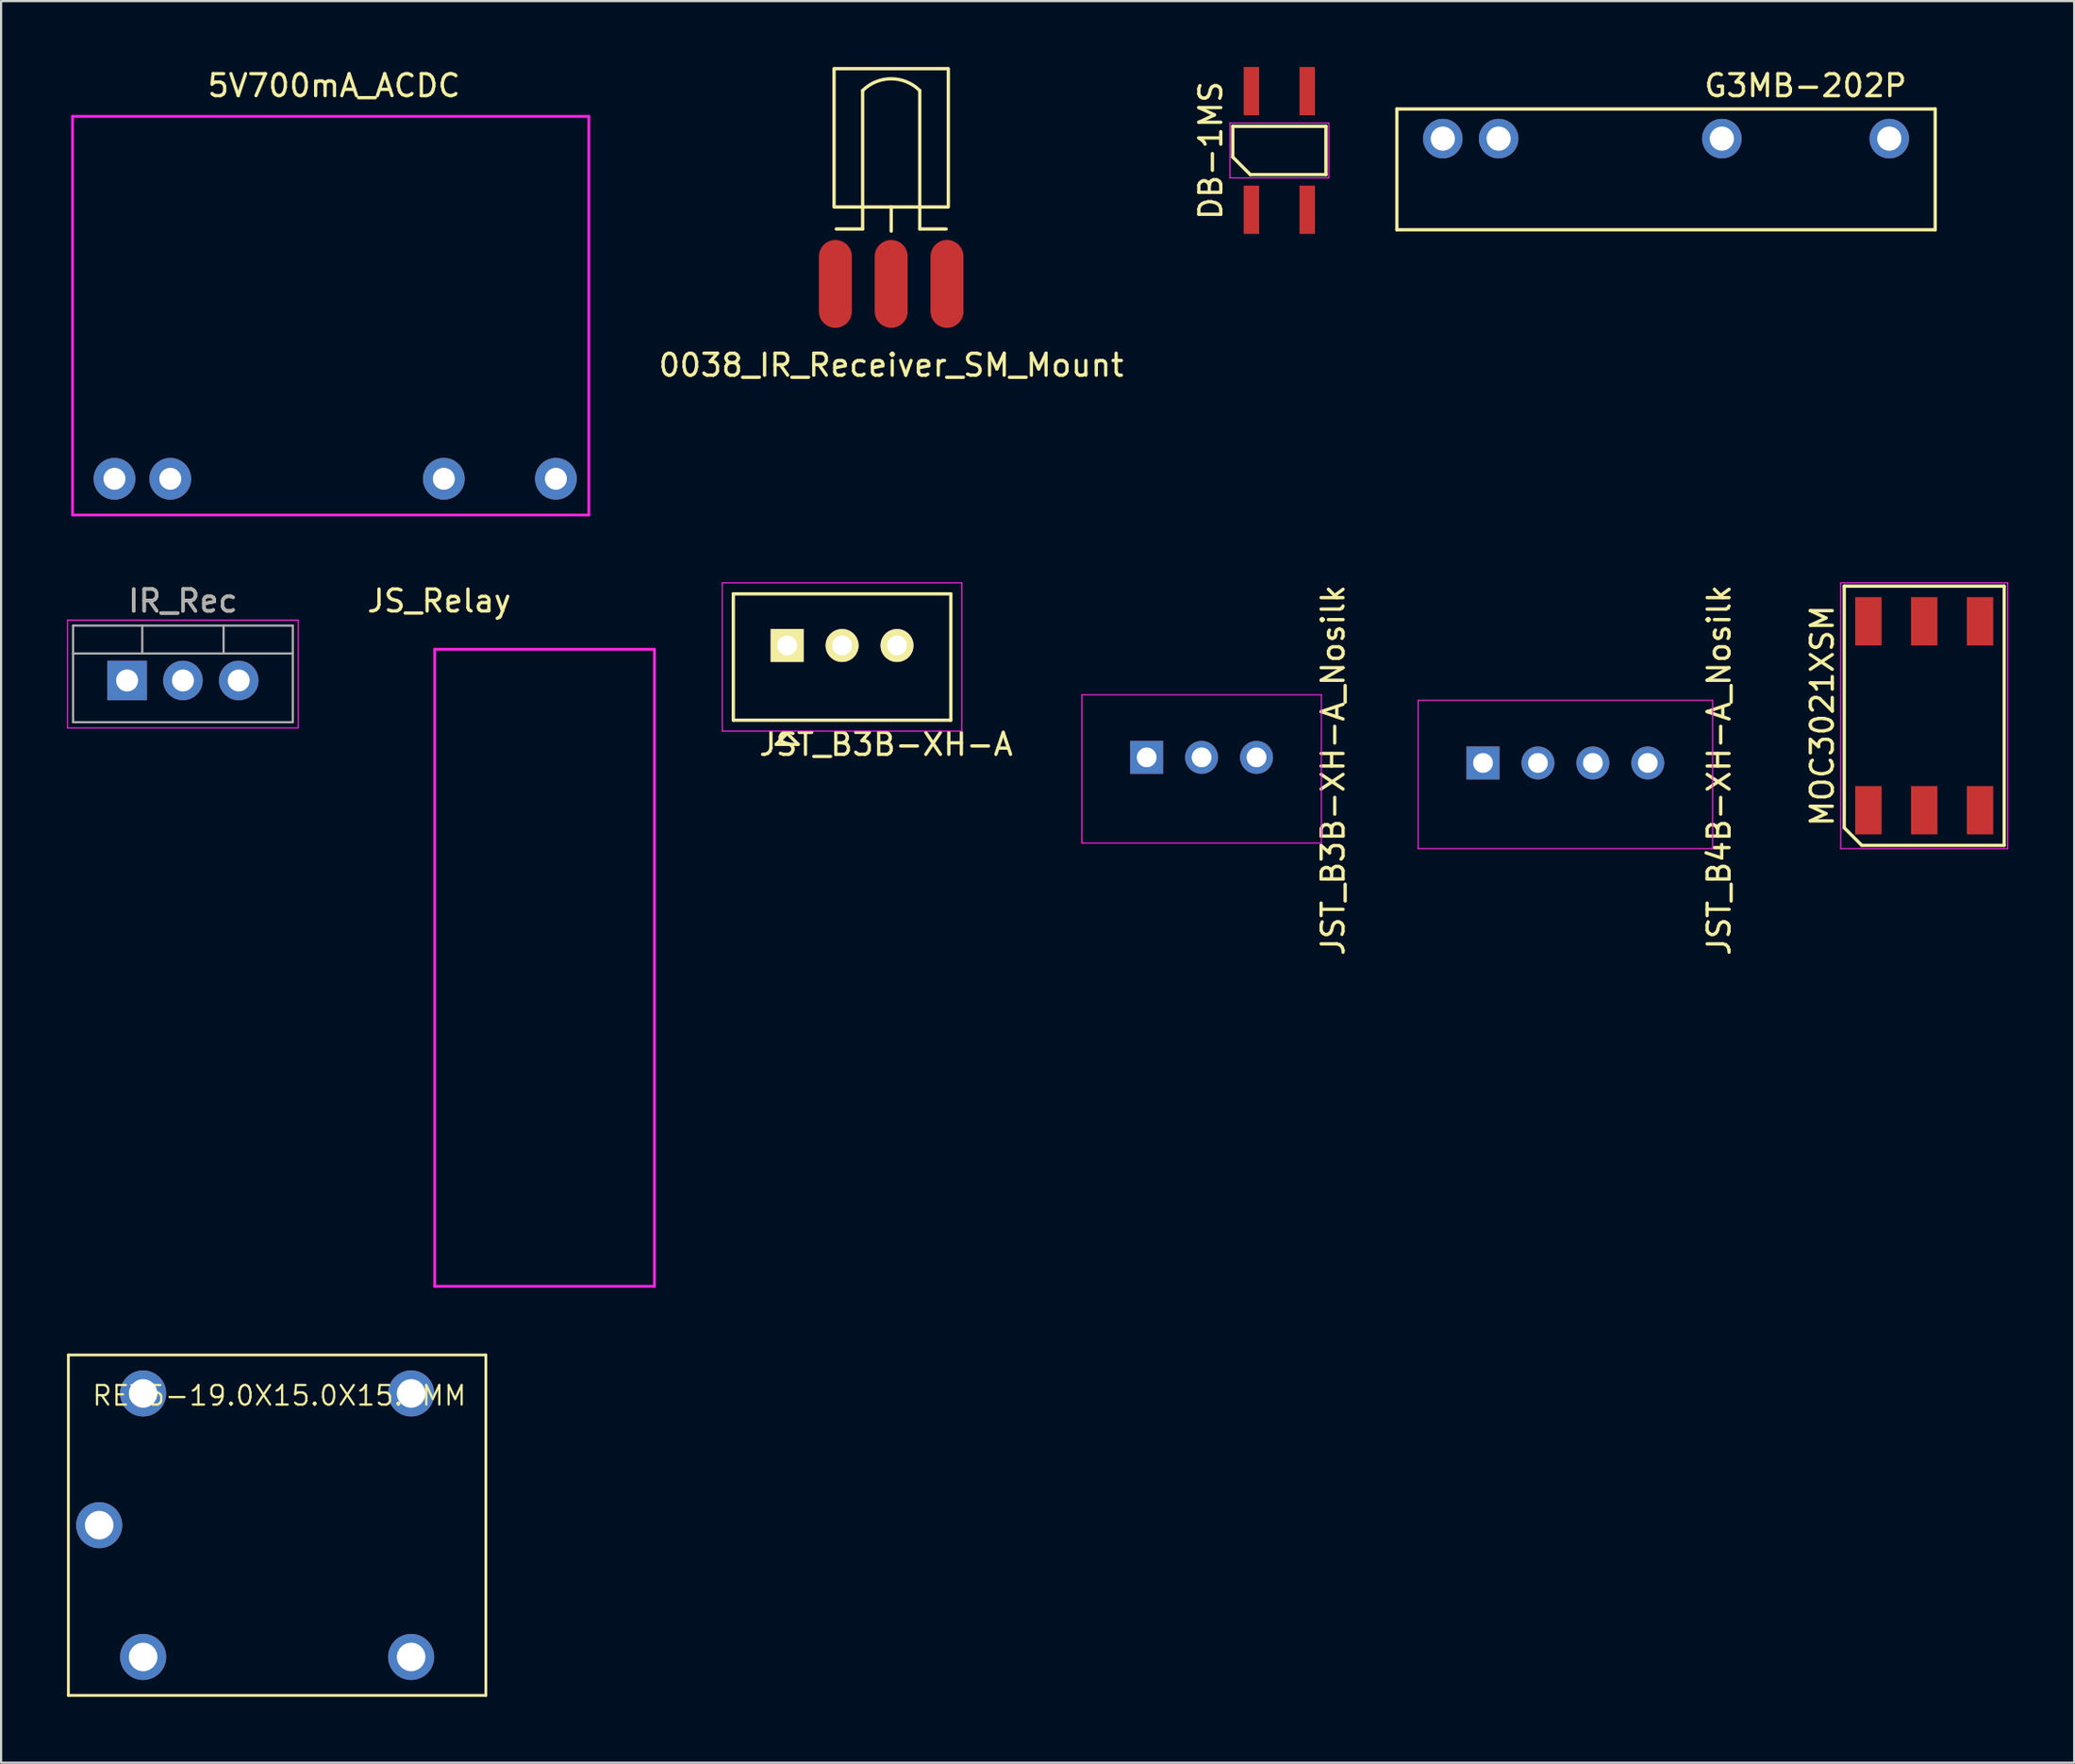
<source format=kicad_pcb>
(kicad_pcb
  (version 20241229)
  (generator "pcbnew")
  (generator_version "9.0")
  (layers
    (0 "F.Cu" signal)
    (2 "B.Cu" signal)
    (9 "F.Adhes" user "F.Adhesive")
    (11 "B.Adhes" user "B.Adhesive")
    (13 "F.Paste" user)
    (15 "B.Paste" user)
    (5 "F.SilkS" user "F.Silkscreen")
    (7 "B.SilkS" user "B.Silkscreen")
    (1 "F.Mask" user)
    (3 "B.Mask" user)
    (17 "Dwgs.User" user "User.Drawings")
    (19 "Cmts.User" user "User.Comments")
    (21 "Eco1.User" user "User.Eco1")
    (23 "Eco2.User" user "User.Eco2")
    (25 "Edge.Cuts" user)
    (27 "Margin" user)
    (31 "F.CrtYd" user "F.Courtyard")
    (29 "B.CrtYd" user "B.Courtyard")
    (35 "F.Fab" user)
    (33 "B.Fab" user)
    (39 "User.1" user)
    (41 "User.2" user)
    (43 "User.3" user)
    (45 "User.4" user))
  (footprint "JST_B4B-XH-A_Nosilk"
    (layer "F.Cu")
    (at 64.444 31.685)
    (property "Reference" "JST_B4B-XH-A_Nosilk" (at 10.744 0.33 90) (layer "F.SilkS") (effects (font (size 1 1) (thickness 0.15))))
    (attr through_hole)
    (fp_line (start -2.95 -2.85) (end -2.95 3.9) (stroke (width 0.05) (type solid)) (layer "F.CrtYd"))
    (fp_line (start -2.95 -2.85) (end 10.45 -2.85) (stroke (width 0.05) (type solid)) (layer "F.CrtYd"))
    (fp_line (start -2.95 3.9) (end 10.45 3.9) (stroke (width 0.05) (type solid)) (layer "F.CrtYd"))
    (fp_line (start 10.45 -2.85) (end 10.45 3.9) (stroke (width 0.05) (type solid)) (layer "F.CrtYd"))
    (pad "1" thru_hole rect (at 0 0) (size 1.5 1.5) (drill 0.9) (layers "*.Cu" "*.Mask"))
    (pad "2" thru_hole circle (at 2.5 0) (size 1.5 1.5) (drill 0.9) (layers "*.Cu" "*.Mask"))
    (pad "3" thru_hole circle (at 5 0) (size 1.5 1.5) (drill 0.9) (layers "*.Cu" "*.Mask"))
    (pad "4" thru_hole circle (at 7.5 0) (size 1.5 1.5) (drill 0.9) (layers "*.Cu" "*.Mask")))
  (footprint "G3MB-202P"
    (layer "F.Cu")
    (at 72.775 3.261)
    (property "Reference" "G3MB-202P" (at 6.35 -2.413 180) (layer "F.SilkS") (effects (font (size 1 1) (thickness 0.15))))
    (attr through_hole)
    (fp_line (start -12.25 -1.35) (end -12.25 4.15) (stroke (width 0.15) (type solid)) (layer "F.SilkS"))
    (fp_line (start 12.25 -1.35) (end -12.25 -1.35) (stroke (width 0.15) (type solid)) (layer "F.SilkS"))
    (fp_line (start 12.25 -1.35) (end 12.25 4.15) (stroke (width 0.15) (type solid)) (layer "F.SilkS"))
    (fp_line (start 12.25 4.15) (end -12.25 4.15) (stroke (width 0.15) (type solid)) (layer "F.SilkS"))
    (pad "1" thru_hole circle (at 10.16 0) (size 1.8 1.8) (drill 1.1) (layers "*.Cu" "*.Mask"))
    (pad "2" thru_hole circle (at 2.54 0) (size 1.8 1.8) (drill 1.1) (layers "*.Cu" "*.Mask"))
    (pad "3" thru_hole circle (at -7.62 0) (size 1.8 1.8) (drill 1.1) (layers "*.Cu" "*.Mask"))
    (pad "4" thru_hole circle (at -10.16 0) (size 1.8 1.8) (drill 1.1) (layers "*.Cu" "*.Mask")))
  (footprint "0038_IR_Receiver_SM_Mount"
    (layer "F.Cu")
    (at 37.51 9.875)
    (property "Reference" "0038_IR_Receiver_SM_Mount" (at 0 3.7 0) (layer "F.SilkS") (effects (font (size 1 1) (thickness 0.15))))
    (attr through_hole)
    (fp_line (start -2.6 -9.8) (end -2.6 -3.5) (stroke (width 0.15) (type solid)) (layer "F.SilkS"))
    (fp_line (start -2.55 -9.8) (end 2.55 -9.8) (stroke (width 0.15) (type solid)) (layer "F.SilkS"))
    (fp_line (start -2.55 -3.5) (end 2.55 -3.5) (stroke (width 0.15) (type solid)) (layer "F.SilkS"))
    (fp_line (start -1.3 -8.8) (end -1.3 -3.5) (stroke (width 0.15) (type solid)) (layer "F.SilkS"))
    (fp_line (start -1.3 -3.5) (end -1.3 -2.5) (stroke (width 0.15) (type solid)) (layer "F.SilkS"))
    (fp_line (start -1.3 -2.5) (end -2.5 -2.5) (stroke (width 0.15) (type solid)) (layer "F.SilkS"))
    (fp_line (start 0 -3.5) (end 0 -2.4) (stroke (width 0.15) (type solid)) (layer "F.SilkS"))
    (fp_line (start 1.3 -8.8) (end 1.3 -3.5) (stroke (width 0.15) (type solid)) (layer "F.SilkS"))
    (fp_line (start 1.3 -3.5) (end 1.3 -2.5) (stroke (width 0.15) (type solid)) (layer "F.SilkS"))
    (fp_line (start 1.3 -2.5) (end 2.5 -2.5) (stroke (width 0.15) (type solid)) (layer "F.SilkS"))
    (fp_line (start 2.6 -9.8) (end 2.6 -3.5) (stroke (width 0.15) (type solid)) (layer "F.SilkS"))
    (fp_arc (start -1.3 -8.8) (mid 0 -9.338478) (end 1.3 -8.8) (stroke (width 0.15) (type solid)) (layer "F.SilkS"))
    (pad "1" smd oval (at -2.54 0) (size 1.5 4) (layers "F.Cu" "F.Mask" "F.Paste"))
    (pad "2" smd oval (at 0 0) (size 1.5 4) (layers "F.Cu" "F.Mask" "F.Paste"))
    (pad "3" smd oval (at 2.54 0) (size 1.5 4) (layers "F.Cu" "F.Mask" "F.Paste")))
  (footprint "MOC3021XSM"
    (layer "F.Cu")
    (at 84.525 29.537)
    (property "Reference" "MOC3021XSM" (at -4.64 0 90) (layer "F.SilkS") (effects (font (size 1 1) (thickness 0.15))))
    (attr smd)
    (fp_line (start -3.64 -5.9) (end 3.64 -5.9) (stroke (width 0.15) (type solid)) (layer "F.SilkS"))
    (fp_line (start -3.64 5.1) (end -3.64 -5.9) (stroke (width 0.15) (type solid)) (layer "F.SilkS"))
    (fp_line (start -2.84 5.9) (end -3.64 5.1) (stroke (width 0.15) (type solid)) (layer "F.SilkS"))
    (fp_line (start 3.64 -5.9) (end 3.64 5.9) (stroke (width 0.15) (type solid)) (layer "F.SilkS"))
    (fp_line (start 3.64 5.9) (end -2.84 5.9) (stroke (width 0.15) (type solid)) (layer "F.SilkS"))
    (fp_line (start -3.8 -6.05) (end 3.8 -6.05) (stroke (width 0.05) (type solid)) (layer "F.CrtYd"))
    (fp_line (start -3.8 6.05) (end -3.8 -6.05) (stroke (width 0.05) (type solid)) (layer "F.CrtYd"))
    (fp_line (start 3.8 -6.05) (end 3.8 6.05) (stroke (width 0.05) (type solid)) (layer "F.CrtYd"))
    (fp_line (start 3.8 6.05) (end -3.8 6.05) (stroke (width 0.05) (type solid)) (layer "F.CrtYd"))
    (pad "1" smd rect (at -2.54 4.3) (size 1.2 2.2) (layers "F.Cu" "F.Mask" "F.Paste"))
    (pad "2" smd rect (at 0 4.3) (size 1.2 2.2) (layers "F.Cu" "F.Mask" "F.Paste"))
    (pad "3" smd rect (at 2.54 4.3) (size 1.2 2.2) (layers "F.Cu" "F.Mask" "F.Paste"))
    (pad "4" smd rect (at 2.54 -4.3) (size 1.2 2.2) (layers "F.Cu" "F.Mask" "F.Paste"))
    (pad "5" smd rect (at 0 -4.3) (size 1.2 2.2) (layers "F.Cu" "F.Mask" "F.Paste"))
    (pad "6" smd rect (at -2.54 -4.3) (size 1.2 2.2) (layers "F.Cu" "F.Mask" "F.Paste")))
  (footprint "5V700mA_ACDC"
    (layer "F.Cu")
    (at 0.25 2.248)
    (property "Reference" "5V700mA_ACDC" (at 11.9 -1.4 0) (layer "F.SilkS") (effects (font (size 1 1) (thickness 0.15))))
    (attr through_hole)
    (fp_line (start 0 0) (end 0 18.15) (stroke (width 0.127) (type solid)) (layer "F.CrtYd"))
    (fp_line (start 0 0) (end 23.5 0) (stroke (width 0.127) (type solid)) (layer "F.CrtYd"))
    (fp_line (start 0 18.15) (end 23.5 18.15) (stroke (width 0.127) (type solid)) (layer "F.CrtYd"))
    (fp_line (start 23.5 0) (end 23.5 18.15) (stroke (width 0.127) (type solid)) (layer "F.CrtYd"))
    (pad "1" thru_hole circle (at 16.9 16.5) (size 1.9 1.9) (drill 1) (layers "*.Cu" "*.Mask"))
    (pad "5" thru_hole circle (at 22 16.5) (size 1.9 1.9) (drill 1) (layers "*.Cu" "*.Mask"))
    (pad "7" thru_hole circle (at 4.45 16.5) (size 1.9 1.9) (drill 1) (layers "*.Cu" "*.Mask"))
    (pad "9" thru_hole circle (at 1.91 16.5) (size 1.9 1.9) (drill 1) (layers "*.Cu" "*.Mask")))
  (footprint "REY5-19.0X15.0X15.0MM"
    (layer "F.Cu")
    (at 9.563 66.387)
    (property "Reference" "REY5-19.0X15.0X15.0MM" (at 0.1 -5.9 0) (layer "F.SilkS") (effects (font (size 0.889 0.889) (thickness 0.102))))
    (attr exclude_from_pos_files exclude_from_bom)
    (fp_line (start -9.5 -7.75) (end -9.5 7.75) (stroke (width 0.127) (type solid)) (layer "F.SilkS"))
    (fp_line (start -9.5 -7.75) (end 9.5 -7.75) (stroke (width 0.066) (type solid)) (layer "F.SilkS"))
    (fp_line (start -9.5 7.75) (end -9.5 -7.75) (stroke (width 0.066) (type solid)) (layer "F.SilkS"))
    (fp_line (start -9.5 7.75) (end 9.5 7.75) (stroke (width 0.066) (type solid)) (layer "F.SilkS"))
    (fp_line (start -9.5 7.75) (end 9.5 7.75) (stroke (width 0.127) (type solid)) (layer "F.SilkS"))
    (fp_line (start 9.5 -7.75) (end -9.5 -7.75) (stroke (width 0.127) (type solid)) (layer "F.SilkS"))
    (fp_line (start 9.5 7.75) (end 9.5 -7.75) (stroke (width 0.066) (type solid)) (layer "F.SilkS"))
    (fp_line (start 9.5 7.75) (end 9.5 -7.75) (stroke (width 0.127) (type solid)) (layer "F.SilkS"))
    (pad "1" thru_hole circle (at -6.099 -5.999) (size 2.098 2.098) (drill 1.298) (layers "*.Cu" "*.Paste" "*.Mask"))
    (pad "2" thru_hole circle (at -6.099 5.999) (size 2.098 2.098) (drill 1.298) (layers "*.Cu" "*.Paste" "*.Mask"))
    (pad "3" thru_hole circle (at -8.098 0) (size 2.098 2.098) (drill 1.298) (layers "*.Cu" "*.Paste" "*.Mask"))
    (pad "4" thru_hole circle (at 6.099 5.999) (size 2.098 2.098) (drill 1.298) (layers "*.Cu" "*.Paste" "*.Mask"))
    (pad "5" thru_hole circle (at 6.099 -5.999) (size 2.098 2.098) (drill 1.298) (layers "*.Cu" "*.Paste" "*.Mask")))
  (footprint "JS_Relay"
    (layer "F.Cu")
    (at 16.737 26.51)
    (property "Reference" "JS_Relay" (at 0.2 -2.2 0) (layer "F.SilkS") (effects (font (size 1 1) (thickness 0.15))))
    (attr through_hole)
    (fp_line (start 0 0) (end 0 29) (stroke (width 0.127) (type solid)) (layer "F.CrtYd"))
    (fp_line (start 0 0) (end 10 0) (stroke (width 0.127) (type solid)) (layer "F.CrtYd"))
    (fp_line (start 0 29) (end 10 29) (stroke (width 0.127) (type solid)) (layer "F.CrtYd"))
    (fp_line (start 10 0) (end 10 29) (stroke (width 0.127) (type solid)) (layer "F.CrtYd")))
  (footprint "JST_B3B-XH-A_Nosilk"
    (layer "F.Cu")
    (at 49.137 31.431)
    (property "Reference" "JST_B3B-XH-A_Nosilk" (at 8.484 0.584 90) (layer "F.SilkS") (effects (font (size 1 1) (thickness 0.15))))
    (attr through_hole)
    (fp_line (start -2.95 -2.85) (end -2.95 3.9) (stroke (width 0.05) (type solid)) (layer "F.CrtYd"))
    (fp_line (start -2.95 -2.85) (end 7.95 -2.85) (stroke (width 0.05) (type solid)) (layer "F.CrtYd"))
    (fp_line (start -2.95 3.9) (end 7.95 3.9) (stroke (width 0.05) (type solid)) (layer "F.CrtYd"))
    (fp_line (start 7.95 -2.85) (end 7.95 3.9) (stroke (width 0.05) (type solid)) (layer "F.CrtYd"))
    (pad "1" thru_hole rect (at 0 0) (size 1.5 1.5) (drill 0.9) (layers "*.Cu" "*.Mask"))
    (pad "2" thru_hole circle (at 2.5 0) (size 1.5 1.5) (drill 0.9) (layers "*.Cu" "*.Mask"))
    (pad "3" thru_hole circle (at 5 0) (size 1.5 1.5) (drill 0.9) (layers "*.Cu" "*.Mask")))
  (footprint "JST_B3B-XH-A"
    (layer "F.Cu")
    (at 32.775 26.337)
    (property "Reference" "JST_B3B-XH-A" (at 4.5 4.5 0) (layer "F.SilkS") (effects (font (size 1 1) (thickness 0.15))))
    (attr through_hole)
    (fp_line (start -2.45 -2.35) (end -2.45 3.4) (stroke (width 0.15) (type solid)) (layer "F.SilkS"))
    (fp_line (start -2.45 -2.35) (end 7.45 -2.35) (stroke (width 0.15) (type solid)) (layer "F.SilkS"))
    (fp_line (start -2.45 3.4) (end 7.45 3.4) (stroke (width 0.15) (type solid)) (layer "F.SilkS"))
    (fp_line (start -0.5 4.5) (end 0.5 4.5) (stroke (width 0.15) (type solid)) (layer "F.SilkS"))
    (fp_line (start 0 4) (end -0.5 4.5) (stroke (width 0.15) (type solid)) (layer "F.SilkS"))
    (fp_line (start 0 4) (end 0.5 4.5) (stroke (width 0.15) (type solid)) (layer "F.SilkS"))
    (fp_line (start 7.45 -2.35) (end 7.45 3.4) (stroke (width 0.15) (type solid)) (layer "F.SilkS"))
    (fp_line (start -2.95 -2.85) (end -2.95 3.9) (stroke (width 0.05) (type solid)) (layer "F.CrtYd"))
    (fp_line (start -2.95 -2.85) (end 7.95 -2.85) (stroke (width 0.05) (type solid)) (layer "F.CrtYd"))
    (fp_line (start -2.95 3.9) (end 7.95 3.9) (stroke (width 0.05) (type solid)) (layer "F.CrtYd"))
    (fp_line (start 7.95 -2.85) (end 7.95 3.9) (stroke (width 0.05) (type solid)) (layer "F.CrtYd"))
    (pad "1" thru_hole rect (at 0 0) (size 1.5 1.5) (drill 0.9) (layers "*.Cu" "*.Mask" "F.SilkS"))
    (pad "2" thru_hole circle (at 2.5 0) (size 1.5 1.5) (drill 0.9) (layers "*.Cu" "*.Mask" "F.SilkS"))
    (pad "3" thru_hole circle (at 5 0) (size 1.5 1.5) (drill 0.9) (layers "*.Cu" "*.Mask" "F.SilkS")))
  (footprint "IR_Rec"
    (layer "F.Cu")
    (at 2.735 27.93)
    (property "Reference" "IR_Rec" (at 2.54 -3.62 0) (layer "F.SilkS") (effects (font (size 1 1) (thickness 0.15))))
    (attr through_hole)
    (fp_line (start -2.71 -2.75) (end -2.71 2.16) (stroke (width 0.05) (type solid)) (layer "F.CrtYd"))
    (fp_line (start -2.71 2.16) (end 7.79 2.16) (stroke (width 0.05) (type solid)) (layer "F.CrtYd"))
    (fp_line (start 7.79 -2.75) (end -2.71 -2.75) (stroke (width 0.05) (type solid)) (layer "F.CrtYd"))
    (fp_line (start 7.79 2.16) (end 7.79 -2.75) (stroke (width 0.05) (type solid)) (layer "F.CrtYd"))
    (fp_line (start -2.46 -2.5) (end -2.46 1.9) (stroke (width 0.1) (type solid)) (layer "F.Fab"))
    (fp_line (start -2.46 -1.23) (end 7.54 -1.23) (stroke (width 0.1) (type solid)) (layer "F.Fab"))
    (fp_line (start -2.46 1.9) (end 7.54 1.9) (stroke (width 0.1) (type solid)) (layer "F.Fab"))
    (fp_line (start 0.69 -2.5) (end 0.69 -1.23) (stroke (width 0.1) (type solid)) (layer "F.Fab"))
    (fp_line (start 4.39 -2.5) (end 4.39 -1.23) (stroke (width 0.1) (type solid)) (layer "F.Fab"))
    (fp_line (start 7.54 -2.5) (end -2.46 -2.5) (stroke (width 0.1) (type solid)) (layer "F.Fab"))
    (fp_line (start 7.54 1.9) (end 7.54 -2.5) (stroke (width 0.1) (type solid)) (layer "F.Fab"))
    (fp_text user "${REFERENCE}" (at 2.54 -3.62 0) (layer "F.Fab") (effects (font (size 1 1) (thickness 0.15))))
    (pad "1" thru_hole rect (at 0 0) (size 1.8 1.8) (drill 1) (layers "*.Cu" "*.Mask"))
    (pad "2" thru_hole oval (at 2.54 0) (size 1.8 1.8) (drill 1) (layers "*.Cu" "*.Mask"))
    (pad "3" thru_hole oval (at 5.08 0) (size 1.8 1.8) (drill 1) (layers "*.Cu" "*.Mask")))
  (footprint "DB-1MS"
    (layer "F.Cu")
    (at 55.175 3.8)
    (property "Reference" "DB-1MS" (at -3.12 0 90) (layer "F.SilkS") (effects (font (size 1 1) (thickness 0.15))))
    (attr smd)
    (fp_line (start -2.12 -1.1) (end 2.12 -1.1) (stroke (width 0.15) (type solid)) (layer "F.SilkS"))
    (fp_line (start -2.12 0.3) (end -2.12 -1.1) (stroke (width 0.15) (type solid)) (layer "F.SilkS"))
    (fp_line (start -1.32 1.1) (end -2.12 0.3) (stroke (width 0.15) (type solid)) (layer "F.SilkS"))
    (fp_line (start 2.12 -1.1) (end 2.12 1.1) (stroke (width 0.15) (type solid)) (layer "F.SilkS"))
    (fp_line (start 2.12 1.1) (end -1.32 1.1) (stroke (width 0.15) (type solid)) (layer "F.SilkS"))
    (fp_line (start -2.25 -1.25) (end 2.25 -1.25) (stroke (width 0.05) (type solid)) (layer "F.CrtYd"))
    (fp_line (start -2.25 1.25) (end -2.25 -1.25) (stroke (width 0.05) (type solid)) (layer "F.CrtYd"))
    (fp_line (start 2.25 -1.25) (end 2.25 1.25) (stroke (width 0.05) (type solid)) (layer "F.CrtYd"))
    (fp_line (start 2.25 1.25) (end -2.25 1.25) (stroke (width 0.05) (type solid)) (layer "F.CrtYd"))
    (pad "1" smd rect (at -1.27 2.7) (size 0.7 2.2) (layers "F.Cu" "F.Mask" "F.Paste"))
    (pad "2" smd rect (at 1.27 2.7) (size 0.7 2.2) (layers "F.Cu" "F.Mask" "F.Paste"))
    (pad "3" smd rect (at 1.27 -2.7) (size 0.7 2.2) (layers "F.Cu" "F.Mask" "F.Paste"))
    (pad "4" smd rect (at -1.27 -2.7) (size 0.7 2.2) (layers "F.Cu" "F.Mask" "F.Paste")))
  (gr_rect
    (start -3 -3)
    (end 91.35 77.2)
    (stroke (width 0.1) (type default))
    (fill no)
    (layer "Edge.Cuts")))
</source>
